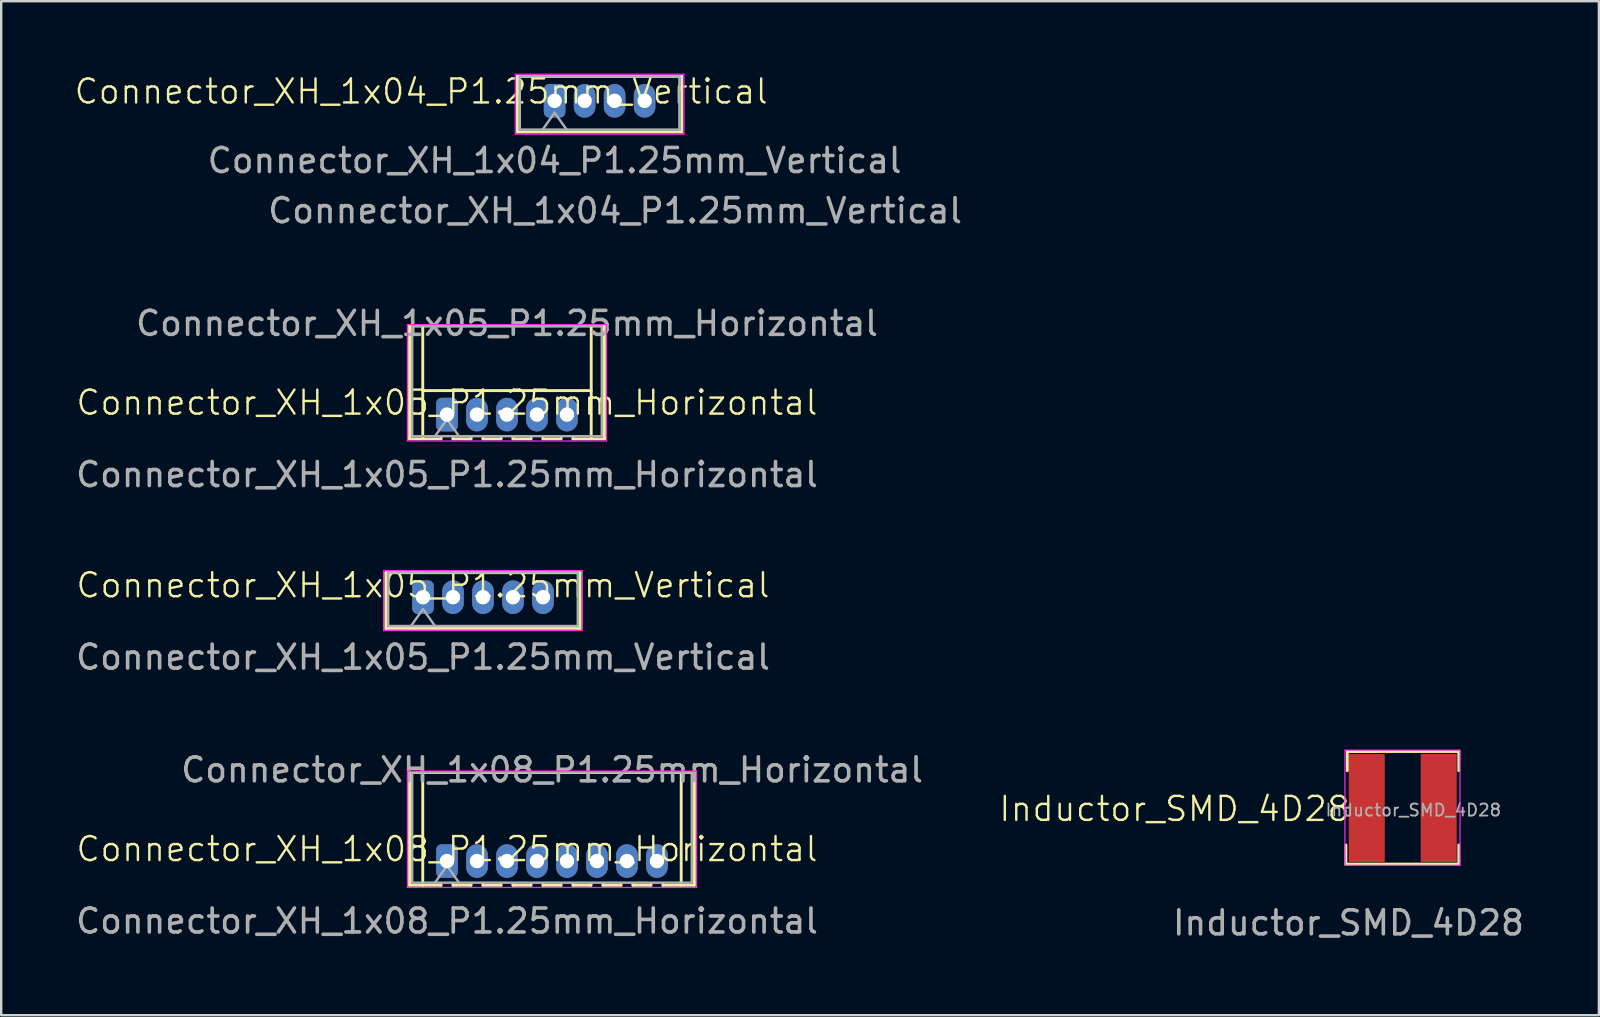
<source format=kicad_pcb>
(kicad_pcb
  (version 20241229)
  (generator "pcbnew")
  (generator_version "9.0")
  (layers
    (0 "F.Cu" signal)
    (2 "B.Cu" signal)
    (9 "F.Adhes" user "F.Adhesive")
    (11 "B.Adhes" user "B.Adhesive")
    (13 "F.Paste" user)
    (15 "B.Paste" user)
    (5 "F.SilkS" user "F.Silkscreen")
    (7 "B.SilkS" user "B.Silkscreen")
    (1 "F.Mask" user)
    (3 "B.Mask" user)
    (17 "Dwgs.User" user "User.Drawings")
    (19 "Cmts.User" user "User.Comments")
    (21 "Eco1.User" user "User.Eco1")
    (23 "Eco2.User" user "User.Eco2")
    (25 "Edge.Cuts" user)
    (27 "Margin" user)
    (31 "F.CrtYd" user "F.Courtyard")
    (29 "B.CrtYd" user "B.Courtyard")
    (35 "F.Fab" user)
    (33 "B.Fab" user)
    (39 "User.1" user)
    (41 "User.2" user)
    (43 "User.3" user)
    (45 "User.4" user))
  (footprint "Connector_XH_1x04_P1.25mm_Vertical"
    (layer "F.Cu")
    (at 20.062 1.141)
    (property "Reference" "Connector_XH_1x04_P1.25mm_Vertical" (at -5.56 -0.38 0) (unlocked yes) (layer "F.SilkS") (effects (font (size 1 1) (thickness 0.1))))
    (attr through_hole)
    (fp_line (start -1.55 -1.01) (end -1.55 1.31) (stroke (width 0.12) (type solid)) (layer "F.SilkS"))
    (fp_line (start -1.55 1.31) (end 5.3 1.31) (stroke (width 0.12) (type solid)) (layer "F.SilkS"))
    (fp_line (start 5.3 -1.01) (end -1.55 -1.01) (stroke (width 0.12) (type solid)) (layer "F.SilkS"))
    (fp_line (start 5.3 1.31) (end 5.3 -1.01) (stroke (width 0.12) (type solid)) (layer "F.SilkS"))
    (fp_line (start -1.64 -1.1) (end -1.64 1.4) (stroke (width 0.05) (type solid)) (layer "F.CrtYd"))
    (fp_line (start -1.64 1.4) (end 5.39 1.4) (stroke (width 0.05) (type solid)) (layer "F.CrtYd"))
    (fp_line (start 5.39 -1.1) (end -1.64 -1.1) (stroke (width 0.05) (type solid)) (layer "F.CrtYd"))
    (fp_line (start 5.39 1.4) (end 5.39 -1.1) (stroke (width 0.05) (type solid)) (layer "F.CrtYd"))
    (fp_line (start -1.45 -1.02) (end -1.45 1.21) (stroke (width 0.1) (type solid)) (layer "F.Fab"))
    (fp_line (start -1.45 1.21) (end 5.2 1.21) (stroke (width 0.1) (type solid)) (layer "F.Fab"))
    (fp_line (start -0.5 1.21) (end 0 0.503) (stroke (width 0.1) (type solid)) (layer "F.Fab"))
    (fp_line (start 0 0.503) (end 0.5 1.21) (stroke (width 0.1) (type solid)) (layer "F.Fab"))
    (fp_line (start 5.2 -1.02) (end -1.45 -1.02) (stroke (width 0.1) (type solid)) (layer "F.Fab"))
    (fp_line (start 5.2 1.21) (end 5.2 -1.02) (stroke (width 0.1) (type solid)) (layer "F.Fab"))
    (fp_text user "${REFERENCE}" (at 2.52 4.59 0) (layer "F.Fab") (effects (font (size 1 1) (thickness 0.15))))
    (fp_text user "${REFERENCE}" (at 0 2.5 0) (unlocked yes) (layer "F.Fab") (effects (font (size 1 1) (thickness 0.15))))
    (pad "1" thru_hole roundrect (at 0 0.01) (size 0.9 1.4) (drill 0.6) (layers "*.Cu" "*.Mask") (roundrect_rratio 0.25))
    (pad "2" thru_hole oval (at 1.25 0.01) (size 0.9 1.4) (drill 0.6) (layers "*.Cu" "*.Mask"))
    (pad "3" thru_hole oval (at 2.5 0.01) (size 0.9 1.4) (drill 0.6) (layers "*.Cu" "*.Mask"))
    (pad "4" thru_hole oval (at 3.75 0.01) (size 0.9 1.4) (drill 0.6) (layers "*.Cu" "*.Mask")))
  (footprint "Inductor_SMD_4D28"
    (layer "F.Cu")
    (at 53.144 32.908)
    (property "Reference" "Inductor_SMD_4D28" (at -7.25 -2.25 0) (unlocked yes) (layer "F.SilkS") (effects (font (size 1 1) (thickness 0.1))))
    (attr smd)
    (fp_line (start -0.108 0.051) (end -0.108 -0.749) (stroke (width 0.12) (type solid)) (layer "F.SilkS"))
    (fp_line (start -0.108 0.051) (end 4.597 0.051) (stroke (width 0.12) (type solid)) (layer "F.SilkS"))
    (fp_line (start -0.05 -4.64) (end -0.05 -3.84) (stroke (width 0.12) (type solid)) (layer "F.SilkS"))
    (fp_line (start -0.05 -4.64) (end 4.597 -4.642) (stroke (width 0.12) (type solid)) (layer "F.SilkS"))
    (fp_line (start 4.597 -4.642) (end 4.597 -3.842) (stroke (width 0.12) (type solid)) (layer "F.SilkS"))
    (fp_line (start 4.597 0.051) (end 4.597 -0.749) (stroke (width 0.12) (type solid)) (layer "F.SilkS"))
    (fp_line (start -0.148 -4.699) (end -0.148 0.101) (stroke (width 0.05) (type solid)) (layer "F.CrtYd"))
    (fp_line (start -0.148 -4.699) (end 4.648 -4.699) (stroke (width 0.05) (type solid)) (layer "F.CrtYd"))
    (fp_line (start -0.148 0.101) (end 4.648 0.101) (stroke (width 0.05) (type solid)) (layer "F.CrtYd"))
    (fp_line (start 4.648 0.101) (end 4.648 -4.699) (stroke (width 0.05) (type solid)) (layer "F.CrtYd"))
    (fp_text user "${REFERENCE}" (at 0 2.5 0) (unlocked yes) (layer "F.Fab") (effects (font (size 1 1) (thickness 0.15))))
    (fp_text user "${REFERENCE}" (at 2.702 -2.199 0) (layer "F.Fab") (effects (font (size 0.5 0.5) (thickness 0.075))))
    (pad "1" smd rect (at 0.762 -2.286) (size 1.5 4.5) (layers "F.Cu" "F.Mask" "F.Paste"))
    (pad "2" smd rect (at 3.759 -2.286) (size 1.5 4.5) (layers "F.Cu" "F.Mask" "F.Paste")))
  (footprint "Connector_XH_1x05_P1.25mm_Horizontal"
    (layer "F.Cu")
    (at 15.577 14.227)
    (property "Reference" "Connector_XH_1x05_P1.25mm_Horizontal" (at 0 -0.5 0) (unlocked yes) (layer "F.SilkS") (effects (font (size 1 1) (thickness 0.1))))
    (attr through_hole)
    (fp_line (start -1.56 -3.69) (end 6.56 -3.69) (stroke (width 0.12) (type solid)) (layer "F.SilkS"))
    (fp_line (start -1.56 1.01) (end -1.56 -3.69) (stroke (width 0.12) (type solid)) (layer "F.SilkS"))
    (fp_line (start -1.01 -3.65) (end -1.01 1.01) (stroke (width 0.12) (type solid)) (layer "F.SilkS"))
    (fp_line (start -1.01 -1) (end 6.01 -1) (stroke (width 0.12) (type solid)) (layer "F.SilkS"))
    (fp_line (start -0.25 0.96) (end -0.25 1.01) (stroke (width 0.12) (type solid)) (layer "F.SilkS"))
    (fp_line (start -0.25 1.01) (end -1.56 1.01) (stroke (width 0.12) (type solid)) (layer "F.SilkS"))
    (fp_line (start 0.25 0.96) (end 0.25 1.01) (stroke (width 0.12) (type solid)) (layer "F.SilkS"))
    (fp_line (start 0.25 1.01) (end 1 1.01) (stroke (width 0.12) (type solid)) (layer "F.SilkS"))
    (fp_line (start 1 1.01) (end 1 0.96) (stroke (width 0.12) (type solid)) (layer "F.SilkS"))
    (fp_line (start 1.5 0.96) (end 1.5 1.01) (stroke (width 0.12) (type solid)) (layer "F.SilkS"))
    (fp_line (start 1.5 1.01) (end 2.25 1.01) (stroke (width 0.12) (type solid)) (layer "F.SilkS"))
    (fp_line (start 2.25 1.01) (end 2.25 0.96) (stroke (width 0.12) (type solid)) (layer "F.SilkS"))
    (fp_line (start 2.75 0.96) (end 2.75 1.01) (stroke (width 0.12) (type solid)) (layer "F.SilkS"))
    (fp_line (start 2.75 1.01) (end 3.5 1.01) (stroke (width 0.12) (type solid)) (layer "F.SilkS"))
    (fp_line (start 3.5 1.01) (end 3.5 0.96) (stroke (width 0.12) (type solid)) (layer "F.SilkS"))
    (fp_line (start 4 0.96) (end 4 1.01) (stroke (width 0.12) (type solid)) (layer "F.SilkS"))
    (fp_line (start 4 1.01) (end 4.75 1.01) (stroke (width 0.12) (type solid)) (layer "F.SilkS"))
    (fp_line (start 4.75 1.01) (end 4.75 0.96) (stroke (width 0.12) (type solid)) (layer "F.SilkS"))
    (fp_line (start 5.25 1.01) (end 5.25 0.96) (stroke (width 0.12) (type solid)) (layer "F.SilkS"))
    (fp_line (start 6.01 -3.65) (end 6.01 1.01) (stroke (width 0.12) (type solid)) (layer "F.SilkS"))
    (fp_line (start 6.56 -3.69) (end 6.56 1.01) (stroke (width 0.12) (type solid)) (layer "F.SilkS"))
    (fp_line (start 6.56 1.01) (end 5.25 1.01) (stroke (width 0.12) (type solid)) (layer "F.SilkS"))
    (fp_line (start -1.65 -3.75) (end -1.65 1.1) (stroke (width 0.05) (type solid)) (layer "F.CrtYd"))
    (fp_line (start -1.65 1.1) (end 6.65 1.1) (stroke (width 0.05) (type solid)) (layer "F.CrtYd"))
    (fp_line (start 6.65 -3.75) (end -1.65 -3.75) (stroke (width 0.05) (type solid)) (layer "F.CrtYd"))
    (fp_line (start 6.65 1.1) (end 6.65 -3.75) (stroke (width 0.05) (type solid)) (layer "F.CrtYd"))
    (fp_line (start -1.45 -3.7) (end -1.45 0.9) (stroke (width 0.1) (type solid)) (layer "F.Fab"))
    (fp_line (start -1.45 0.9) (end 6.45 0.9) (stroke (width 0.1) (type solid)) (layer "F.Fab"))
    (fp_line (start -0.5 0.9) (end 0 0.193) (stroke (width 0.1) (type solid)) (layer "F.Fab"))
    (fp_line (start 0 0.193) (end 0.5 0.9) (stroke (width 0.1) (type solid)) (layer "F.Fab"))
    (fp_line (start 6.45 -3.7) (end -1.45 -3.7) (stroke (width 0.1) (type solid)) (layer "F.Fab"))
    (fp_line (start 6.45 0.9) (end 6.45 -3.7) (stroke (width 0.1) (type solid)) (layer "F.Fab"))
    (fp_text user "${REFERENCE}" (at 0 2.5 0) (unlocked yes) (layer "F.Fab") (effects (font (size 1 1) (thickness 0.15))))
    (fp_text user "${REFERENCE}" (at 2.5 -3.8 0) (layer "F.Fab") (effects (font (size 1 1) (thickness 0.15))))
    (pad "1" thru_hole roundrect (at 0 0) (size 0.9 1.4) (drill 0.6) (layers "*.Cu" "*.Mask") (roundrect_rratio 0.25))
    (pad "2" thru_hole oval (at 1.25 0) (size 0.9 1.4) (drill 0.6) (layers "*.Cu" "*.Mask"))
    (pad "3" thru_hole oval (at 2.5 0) (size 0.9 1.4) (drill 0.6) (layers "*.Cu" "*.Mask"))
    (pad "4" thru_hole oval (at 3.75 0) (size 0.9 1.4) (drill 0.6) (layers "*.Cu" "*.Mask"))
    (pad "5" thru_hole oval (at 5 0) (size 0.9 1.4) (drill 0.6) (layers "*.Cu" "*.Mask")))
  (footprint "Connector_XH_1x08_P1.25mm_Horizontal"
    (layer "F.Cu")
    (at 15.577 32.832)
    (property "Reference" "Connector_XH_1x08_P1.25mm_Horizontal" (at 0 -0.5 0) (unlocked yes) (layer "F.SilkS") (effects (font (size 1 1) (thickness 0.1))))
    (attr through_hole)
    (fp_line (start -1.56 -3.69) (end 10.31 -3.69) (stroke (width 0.12) (type solid)) (layer "F.SilkS"))
    (fp_line (start -1.56 1.01) (end -1.56 -3.69) (stroke (width 0.12) (type solid)) (layer "F.SilkS"))
    (fp_line (start -1.01 -3.65) (end -1.01 1.01) (stroke (width 0.12) (type solid)) (layer "F.SilkS"))
    (fp_line (start -0.25 0.96) (end -0.25 1.01) (stroke (width 0.12) (type solid)) (layer "F.SilkS"))
    (fp_line (start -0.25 1.01) (end -1.56 1.01) (stroke (width 0.12) (type solid)) (layer "F.SilkS"))
    (fp_line (start 0.25 0.96) (end 0.25 1.01) (stroke (width 0.12) (type solid)) (layer "F.SilkS"))
    (fp_line (start 0.25 1.01) (end 1 1.01) (stroke (width 0.12) (type solid)) (layer "F.SilkS"))
    (fp_line (start 1 1.01) (end 1 0.96) (stroke (width 0.12) (type solid)) (layer "F.SilkS"))
    (fp_line (start 1.5 0.96) (end 1.5 1.01) (stroke (width 0.12) (type solid)) (layer "F.SilkS"))
    (fp_line (start 1.5 1.01) (end 2.25 1.01) (stroke (width 0.12) (type solid)) (layer "F.SilkS"))
    (fp_line (start 2.25 1.01) (end 2.25 0.96) (stroke (width 0.12) (type solid)) (layer "F.SilkS"))
    (fp_line (start 2.75 0.96) (end 2.75 1.01) (stroke (width 0.12) (type solid)) (layer "F.SilkS"))
    (fp_line (start 2.75 1.01) (end 3.5 1.01) (stroke (width 0.12) (type solid)) (layer "F.SilkS"))
    (fp_line (start 3.5 1.01) (end 3.5 0.96) (stroke (width 0.12) (type solid)) (layer "F.SilkS"))
    (fp_line (start 4 0.96) (end 4 1.01) (stroke (width 0.12) (type solid)) (layer "F.SilkS"))
    (fp_line (start 4 1.01) (end 4.75 1.01) (stroke (width 0.12) (type solid)) (layer "F.SilkS"))
    (fp_line (start 4.75 1.01) (end 4.75 0.96) (stroke (width 0.12) (type solid)) (layer "F.SilkS"))
    (fp_line (start 5.25 0.96) (end 5.25 1.01) (stroke (width 0.12) (type solid)) (layer "F.SilkS"))
    (fp_line (start 5.25 1.01) (end 6 1.01) (stroke (width 0.12) (type solid)) (layer "F.SilkS"))
    (fp_line (start 6 1.01) (end 6 0.96) (stroke (width 0.12) (type solid)) (layer "F.SilkS"))
    (fp_line (start 6.5 0.96) (end 6.5 1.01) (stroke (width 0.12) (type solid)) (layer "F.SilkS"))
    (fp_line (start 6.5 1.01) (end 7.25 1.01) (stroke (width 0.12) (type solid)) (layer "F.SilkS"))
    (fp_line (start 7.25 1.01) (end 7.25 0.96) (stroke (width 0.12) (type solid)) (layer "F.SilkS"))
    (fp_line (start 7.75 0.96) (end 7.75 1.01) (stroke (width 0.12) (type solid)) (layer "F.SilkS"))
    (fp_line (start 7.75 1.01) (end 8.5 1.01) (stroke (width 0.12) (type solid)) (layer "F.SilkS"))
    (fp_line (start 8.5 1.01) (end 8.5 0.96) (stroke (width 0.12) (type solid)) (layer "F.SilkS"))
    (fp_line (start 9 1.01) (end 9 0.96) (stroke (width 0.12) (type solid)) (layer "F.SilkS"))
    (fp_line (start 9.76 -3.65) (end 9.76 1.01) (stroke (width 0.12) (type solid)) (layer "F.SilkS"))
    (fp_line (start 10.31 1.01) (end 9 1.01) (stroke (width 0.12) (type solid)) (layer "F.SilkS"))
    (fp_line (start 10.31 1.01) (end 10.31 -3.69) (stroke (width 0.12) (type solid)) (layer "F.SilkS"))
    (fp_line (start -1.65 -3.75) (end -1.65 1.1) (stroke (width 0.05) (type solid)) (layer "F.CrtYd"))
    (fp_line (start -1.65 1.1) (end 10.4 1.1) (stroke (width 0.05) (type solid)) (layer "F.CrtYd"))
    (fp_line (start 10.4 -3.75) (end -1.65 -3.75) (stroke (width 0.05) (type solid)) (layer "F.CrtYd"))
    (fp_line (start 10.4 1.1) (end 10.4 -3.75) (stroke (width 0.05) (type solid)) (layer "F.CrtYd"))
    (fp_line (start -1.45 -3.7) (end -1.45 0.9) (stroke (width 0.1) (type solid)) (layer "F.Fab"))
    (fp_line (start -1.45 0.9) (end 10.2 0.9) (stroke (width 0.1) (type solid)) (layer "F.Fab"))
    (fp_line (start -0.5 0.9) (end 0 0.193) (stroke (width 0.1) (type solid)) (layer "F.Fab"))
    (fp_line (start 0 0.193) (end 0.5 0.9) (stroke (width 0.1) (type solid)) (layer "F.Fab"))
    (fp_line (start 10.2 -3.7) (end -1.45 -3.7) (stroke (width 0.1) (type solid)) (layer "F.Fab"))
    (fp_line (start 10.2 0.9) (end 10.2 -3.7) (stroke (width 0.1) (type solid)) (layer "F.Fab"))
    (fp_text user "${REFERENCE}" (at 4.38 -3.8 0) (layer "F.Fab") (effects (font (size 1 1) (thickness 0.15))))
    (fp_text user "${REFERENCE}" (at 0 2.5 0) (unlocked yes) (layer "F.Fab") (effects (font (size 1 1) (thickness 0.15))))
    (pad "1" thru_hole roundrect (at 0 0) (size 0.9 1.4) (drill 0.6) (layers "*.Cu" "*.Mask") (roundrect_rratio 0.25))
    (pad "2" thru_hole oval (at 1.25 0) (size 0.9 1.4) (drill 0.6) (layers "*.Cu" "*.Mask"))
    (pad "3" thru_hole oval (at 2.5 0) (size 0.9 1.4) (drill 0.6) (layers "*.Cu" "*.Mask"))
    (pad "4" thru_hole oval (at 3.75 0) (size 0.9 1.4) (drill 0.6) (layers "*.Cu" "*.Mask"))
    (pad "5" thru_hole oval (at 5 0) (size 0.9 1.4) (drill 0.6) (layers "*.Cu" "*.Mask"))
    (pad "6" thru_hole oval (at 6.25 0) (size 0.9 1.4) (drill 0.6) (layers "*.Cu" "*.Mask"))
    (pad "7" thru_hole oval (at 7.5 0) (size 0.9 1.4) (drill 0.6) (layers "*.Cu" "*.Mask"))
    (pad "8" thru_hole oval (at 8.75 0) (size 0.9 1.4) (drill 0.6) (layers "*.Cu" "*.Mask")))
  (footprint "Connector_XH_1x05_P1.25mm_Vertical"
    (layer "F.Cu")
    (at 14.577 21.836)
    (property "Reference" "Connector_XH_1x05_P1.25mm_Vertical" (at 0 -0.5 0) (unlocked yes) (layer "F.SilkS") (effects (font (size 1 1) (thickness 0.1))))
    (attr through_hole)
    (fp_line (start -1.55 -1.02) (end -1.55 1.3) (stroke (width 0.12) (type solid)) (layer "F.SilkS"))
    (fp_line (start -1.55 1.3) (end 6.55 1.3) (stroke (width 0.12) (type solid)) (layer "F.SilkS"))
    (fp_line (start 6.55 -1.02) (end -1.55 -1.02) (stroke (width 0.12) (type solid)) (layer "F.SilkS"))
    (fp_line (start 6.55 1.3) (end 6.55 -1.02) (stroke (width 0.12) (type solid)) (layer "F.SilkS"))
    (fp_line (start -1.64 -1.11) (end -1.64 1.39) (stroke (width 0.05) (type solid)) (layer "F.CrtYd"))
    (fp_line (start -1.64 1.39) (end 6.64 1.39) (stroke (width 0.05) (type solid)) (layer "F.CrtYd"))
    (fp_line (start 6.64 -1.11) (end -1.64 -1.11) (stroke (width 0.05) (type solid)) (layer "F.CrtYd"))
    (fp_line (start 6.64 1.39) (end 6.64 -1.11) (stroke (width 0.05) (type solid)) (layer "F.CrtYd"))
    (fp_line (start -1.45 -1.03) (end -1.45 1.2) (stroke (width 0.1) (type solid)) (layer "F.Fab"))
    (fp_line (start -1.45 1.2) (end 6.45 1.2) (stroke (width 0.1) (type solid)) (layer "F.Fab"))
    (fp_line (start -0.5 1.2) (end 0 0.493) (stroke (width 0.1) (type solid)) (layer "F.Fab"))
    (fp_line (start 0 0.493) (end 0.5 1.2) (stroke (width 0.1) (type solid)) (layer "F.Fab"))
    (fp_line (start 6.45 -1.03) (end -1.45 -1.03) (stroke (width 0.1) (type solid)) (layer "F.Fab"))
    (fp_line (start 6.45 1.2) (end 6.45 -1.03) (stroke (width 0.1) (type solid)) (layer "F.Fab"))
    (fp_text user "${REFERENCE}" (at 0 2.5 0) (unlocked yes) (layer "F.Fab") (effects (font (size 1 1) (thickness 0.15))))
    (pad "1" thru_hole roundrect (at 0 0) (size 0.9 1.4) (drill 0.6) (layers "*.Cu" "*.Mask") (roundrect_rratio 0.25))
    (pad "2" thru_hole oval (at 1.25 0) (size 0.9 1.4) (drill 0.6) (layers "*.Cu" "*.Mask"))
    (pad "3" thru_hole oval (at 2.5 0) (size 0.9 1.4) (drill 0.6) (layers "*.Cu" "*.Mask"))
    (pad "4" thru_hole oval (at 3.75 0) (size 0.9 1.4) (drill 0.6) (layers "*.Cu" "*.Mask"))
    (pad "5" thru_hole oval (at 5 0) (size 0.9 1.4) (drill 0.6) (layers "*.Cu" "*.Mask")))
  (gr_rect
    (start -3 -3)
    (end 63.579 39.256)
    (stroke (width 0.1) (type default))
    (fill no)
    (layer "Edge.Cuts")))
</source>
